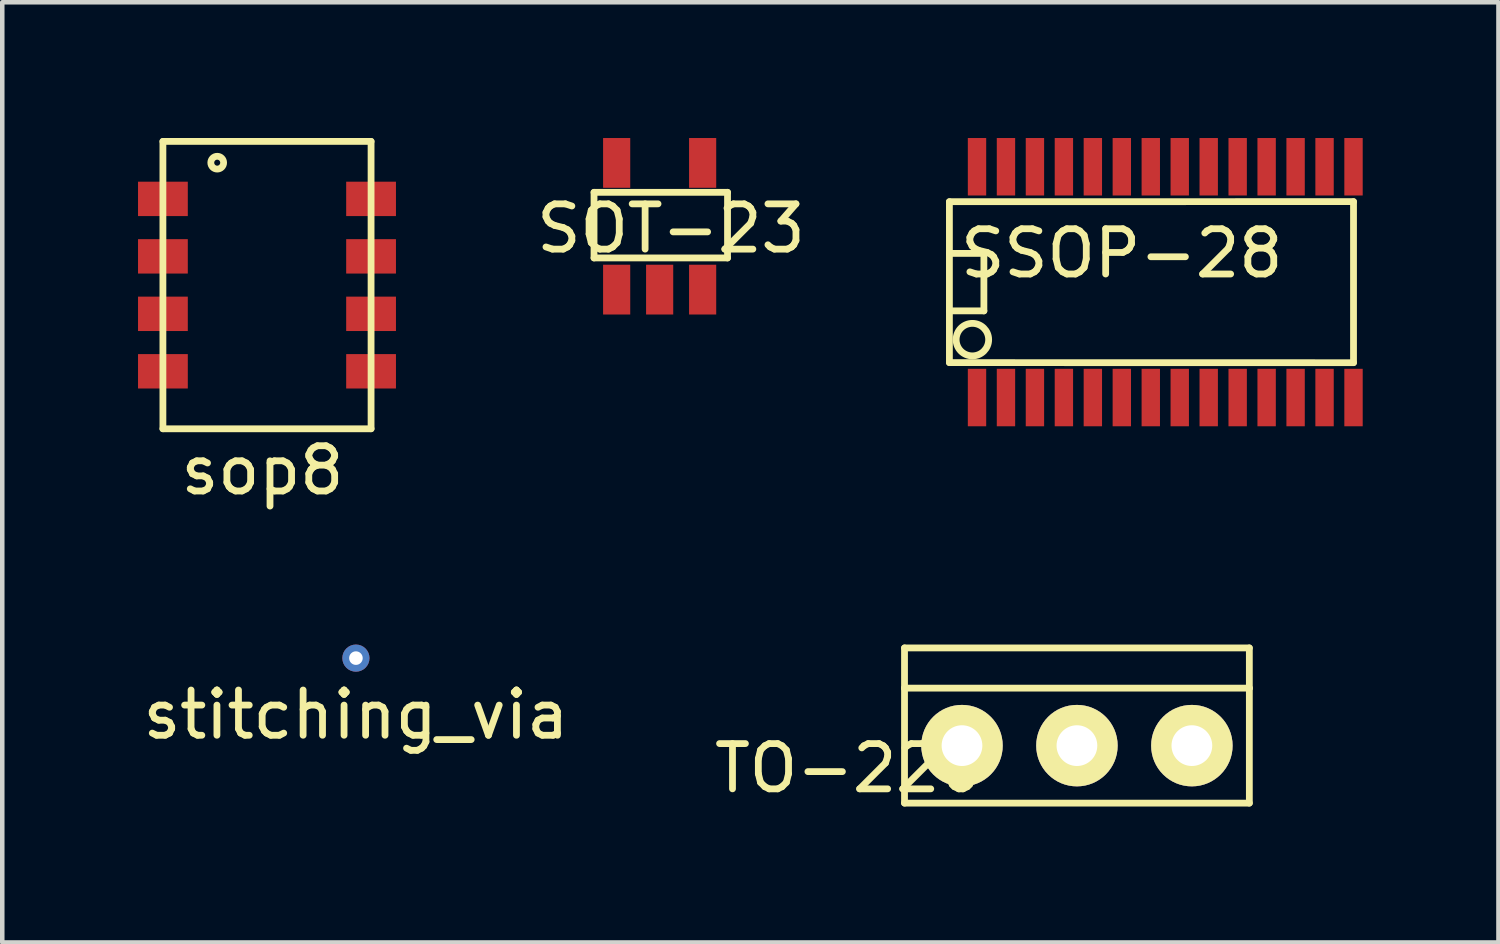
<source format=kicad_pcb>
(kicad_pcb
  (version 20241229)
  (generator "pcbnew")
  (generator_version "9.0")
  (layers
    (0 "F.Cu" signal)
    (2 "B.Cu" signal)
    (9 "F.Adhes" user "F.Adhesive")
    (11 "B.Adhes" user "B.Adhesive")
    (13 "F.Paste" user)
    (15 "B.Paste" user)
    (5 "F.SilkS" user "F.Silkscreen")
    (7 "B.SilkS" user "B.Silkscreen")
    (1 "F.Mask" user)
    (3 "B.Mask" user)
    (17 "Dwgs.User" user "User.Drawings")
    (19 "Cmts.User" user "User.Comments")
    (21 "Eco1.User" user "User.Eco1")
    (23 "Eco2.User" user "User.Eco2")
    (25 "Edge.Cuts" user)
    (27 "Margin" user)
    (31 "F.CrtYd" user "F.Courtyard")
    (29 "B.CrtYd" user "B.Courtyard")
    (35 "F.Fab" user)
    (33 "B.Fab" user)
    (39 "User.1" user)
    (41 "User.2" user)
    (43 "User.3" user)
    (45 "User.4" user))
  (footprint "TO-220"
    (layer "F.Cu")
    (at 20.748 13.427)
    (property "Reference" "TO-220" (at -5.04 0.5 0) (layer "F.SilkS") (effects (font (size 1 1) (thickness 0.15))))
    (attr through_hole)
    (fp_line (start -3.81 -2.159) (end 3.81 -2.159) (stroke (width 0.15) (type solid)) (layer "F.SilkS"))
    (fp_line (start -3.81 -1.27) (end -3.81 -2.159) (stroke (width 0.15) (type solid)) (layer "F.SilkS"))
    (fp_line (start -3.81 -1.27) (end 3.81 -1.27) (stroke (width 0.15) (type solid)) (layer "F.SilkS"))
    (fp_line (start -3.81 1.27) (end -3.81 -1.27) (stroke (width 0.15) (type solid)) (layer "F.SilkS"))
    (fp_line (start 3.81 -2.159) (end 3.81 -1.27) (stroke (width 0.15) (type solid)) (layer "F.SilkS"))
    (fp_line (start 3.81 -1.27) (end 3.81 1.27) (stroke (width 0.15) (type solid)) (layer "F.SilkS"))
    (fp_line (start 3.81 1.27) (end -3.81 1.27) (stroke (width 0.15) (type solid)) (layer "F.SilkS"))
    (pad "1" thru_hole circle (at -2.54 0) (size 1.8 1.8) (drill 0.9) (layers "*.Cu" "*.Mask" "F.SilkS"))
    (pad "2" thru_hole circle (at 0 0) (size 1.8 1.8) (drill 0.9) (layers "*.Cu" "*.Mask" "F.SilkS"))
    (pad "3" thru_hole circle (at 2.54 0) (size 1.8 1.8) (drill 0.9) (layers "*.Cu" "*.Mask" "F.SilkS")))
  (footprint "SOT-23"
    (layer "F.Cu")
    (at 10.577 0.55)
    (property "Reference" "SOT-23" (at 1.2 1.45 0) (layer "F.SilkS") (effects (font (size 1 1) (thickness 0.15))))
    (attr through_hole)
    (fp_line (start -0.5 0.65) (end 2.45 0.65) (stroke (width 0.15) (type solid)) (layer "F.SilkS"))
    (fp_line (start -0.5 2.1) (end -0.5 0.65) (stroke (width 0.15) (type solid)) (layer "F.SilkS"))
    (fp_line (start 2.45 0.65) (end 2.45 2.1) (stroke (width 0.15) (type solid)) (layer "F.SilkS"))
    (fp_line (start 2.45 2.1) (end -0.5 2.1) (stroke (width 0.15) (type solid)) (layer "F.SilkS"))
    (pad "1" smd rect (at 0 2.8) (size 0.6 1.1) (layers "F.Cu" "F.Mask" "F.Paste"))
    (pad "2" smd rect (at 0.95 2.8) (size 0.6 1.1) (layers "F.Cu" "F.Mask" "F.Paste"))
    (pad "3" smd rect (at 1.9 2.8) (size 0.6 1.1) (layers "F.Cu" "F.Mask" "F.Paste"))
    (pad "4" smd rect (at 1.9 0) (size 0.6 1.1) (layers "F.Cu" "F.Mask" "F.Paste"))
    (pad "5" smd rect (at 0 0) (size 0.6 1.1) (layers "F.Cu" "F.Mask" "F.Paste")))
  (footprint "stitching_via"
    (layer "F.Cu")
    (at 4.815 11.493)
    (property "Reference" "stitching_via" (at 0 1.25 0) (layer "F.SilkS") (effects (font (size 1 1) (thickness 0.15))))
    (attr through_hole)
    (pad "1" thru_hole circle (at 0 0 90) (size 0.6 0.6) (drill 0.3) (layers "*.Cu")))
  (footprint "sop8"
    (layer "F.Cu")
    (at 5.15 1.345)
    (property "Reference" "sop8" (at -2.4 6 0) (layer "F.SilkS") (effects (font (size 1 1) (thickness 0.15))))
    (attr through_hole)
    (fp_line (start -4.6 -1.27) (end -4.6 5.08) (stroke (width 0.15) (type solid)) (layer "F.SilkS"))
    (fp_line (start -4.6 5.08) (end 0 5.08) (stroke (width 0.15) (type solid)) (layer "F.SilkS"))
    (fp_line (start 0 -1.27) (end -4.6 -1.27) (stroke (width 0.15) (type solid)) (layer "F.SilkS"))
    (fp_line (start 0 5.08) (end 0 -1.27) (stroke (width 0.15) (type solid)) (layer "F.SilkS"))
    (fp_circle (center -3.4 -0.8) (end -3.3 -0.7) (stroke (width 0.15) (type solid)) (fill no) (layer "F.SilkS"))
    (pad "1" smd rect (at -4.6 0) (size 1.1 0.76) (layers "F.Cu" "F.Mask" "F.Paste"))
    (pad "2" smd rect (at -4.6 1.27) (size 1.1 0.76) (layers "F.Cu" "F.Mask" "F.Paste"))
    (pad "3" smd rect (at -4.6 2.54) (size 1.1 0.76) (layers "F.Cu" "F.Mask" "F.Paste"))
    (pad "4" smd rect (at -4.6 3.81) (size 1.1 0.76) (layers "F.Cu" "F.Mask" "F.Paste"))
    (pad "5" smd rect (at 0 3.81) (size 1.1 0.76) (layers "F.Cu" "F.Mask" "F.Paste"))
    (pad "6" smd rect (at 0 2.54) (size 1.1 0.76) (layers "F.Cu" "F.Mask" "F.Paste"))
    (pad "7" smd rect (at 0 1.27) (size 1.1 0.76) (layers "F.Cu" "F.Mask" "F.Paste"))
    (pad "8" smd rect (at 0 0) (size 1.1 0.76) (layers "F.Cu" "F.Mask" "F.Paste")))
  (footprint "SSOP-28"
    (layer "F.Cu")
    (at 21.74 3.185)
    (property "Reference" "SSOP-28" (at 0 -0.635 0) (layer "F.SilkS") (effects (font (size 1 1) (thickness 0.15))))
    (attr smd)
    (fp_line (start -3.81 -0.635) (end -3.048 -0.635) (stroke (width 0.15) (type solid)) (layer "F.SilkS"))
    (fp_line (start -3.81 1.778) (end -3.81 -1.778) (stroke (width 0.15) (type solid)) (layer "F.SilkS"))
    (fp_line (start -3.81 1.778) (end 5.12 1.78) (stroke (width 0.15) (type solid)) (layer "F.SilkS"))
    (fp_line (start -3.048 -0.635) (end -3.048 0.635) (stroke (width 0.15) (type solid)) (layer "F.SilkS"))
    (fp_line (start -3.048 0.635) (end -3.81 0.635) (stroke (width 0.15) (type solid)) (layer "F.SilkS"))
    (fp_line (start 5.12 -1.78) (end -3.81 -1.778) (stroke (width 0.15) (type solid)) (layer "F.SilkS"))
    (fp_line (start 5.12 -1.778) (end 5.12 1.778) (stroke (width 0.15) (type solid)) (layer "F.SilkS"))
    (fp_circle (center -3.302 1.27) (end -3.556 1.016) (stroke (width 0.15) (type solid)) (fill no) (layer "F.SilkS"))
    (pad "1" smd rect (at -3.2 2.55) (size 0.406 1.27) (layers "F.Cu" "F.Mask" "F.Paste"))
    (pad "2" smd rect (at -2.56 2.55) (size 0.406 1.27) (layers "F.Cu" "F.Mask" "F.Paste"))
    (pad "3" smd rect (at -1.92 2.55) (size 0.406 1.27) (layers "F.Cu" "F.Mask" "F.Paste"))
    (pad "4" smd rect (at -1.28 2.55) (size 0.406 1.27) (layers "F.Cu" "F.Mask" "F.Paste"))
    (pad "5" smd rect (at -0.64 2.55) (size 0.406 1.27) (layers "F.Cu" "F.Mask" "F.Paste"))
    (pad "6" smd rect (at 0 2.55) (size 0.406 1.27) (layers "F.Cu" "F.Mask" "F.Paste"))
    (pad "7" smd rect (at 0.64 2.55) (size 0.406 1.27) (layers "F.Cu" "F.Mask" "F.Paste"))
    (pad "8" smd rect (at 1.28 2.55) (size 0.406 1.27) (layers "F.Cu" "F.Mask" "F.Paste"))
    (pad "9" smd rect (at 1.92 2.55) (size 0.406 1.27) (layers "F.Cu" "F.Mask" "F.Paste"))
    (pad "10" smd rect (at 2.56 2.55) (size 0.406 1.27) (layers "F.Cu" "F.Mask" "F.Paste"))
    (pad "11" smd rect (at 3.2 2.55) (size 0.406 1.27) (layers "F.Cu" "F.Mask" "F.Paste"))
    (pad "12" smd rect (at 3.84 2.55) (size 0.406 1.27) (layers "F.Cu" "F.Mask" "F.Paste"))
    (pad "13" smd rect (at 4.48 2.55) (size 0.406 1.27) (layers "F.Cu" "F.Mask" "F.Paste"))
    (pad "14" smd rect (at 5.12 2.55) (size 0.406 1.27) (layers "F.Cu" "F.Mask" "F.Paste"))
    (pad "15" smd rect (at 5.12 -2.55) (size 0.406 1.27) (layers "F.Cu" "F.Mask" "F.Paste"))
    (pad "16" smd rect (at 4.48 -2.55) (size 0.406 1.27) (layers "F.Cu" "F.Mask" "F.Paste"))
    (pad "17" smd rect (at 3.84 -2.55) (size 0.406 1.27) (layers "F.Cu" "F.Mask" "F.Paste"))
    (pad "18" smd rect (at 3.2 -2.55) (size 0.406 1.27) (layers "F.Cu" "F.Mask" "F.Paste"))
    (pad "19" smd rect (at 2.56 -2.55) (size 0.406 1.27) (layers "F.Cu" "F.Mask" "F.Paste"))
    (pad "20" smd rect (at 1.92 -2.55) (size 0.406 1.27) (layers "F.Cu" "F.Mask" "F.Paste"))
    (pad "21" smd rect (at 1.28 -2.55) (size 0.406 1.27) (layers "F.Cu" "F.Mask" "F.Paste"))
    (pad "22" smd rect (at 0.64 -2.55) (size 0.406 1.27) (layers "F.Cu" "F.Mask" "F.Paste"))
    (pad "23" smd rect (at 0 -2.55) (size 0.406 1.27) (layers "F.Cu" "F.Mask" "F.Paste"))
    (pad "24" smd rect (at -0.64 -2.55) (size 0.406 1.27) (layers "F.Cu" "F.Mask" "F.Paste"))
    (pad "25" smd rect (at -1.28 -2.55) (size 0.406 1.27) (layers "F.Cu" "F.Mask" "F.Paste"))
    (pad "26" smd rect (at -1.92 -2.55) (size 0.406 1.27) (layers "F.Cu" "F.Mask" "F.Paste"))
    (pad "27" smd rect (at -2.56 -2.55) (size 0.406 1.27) (layers "F.Cu" "F.Mask" "F.Paste"))
    (pad "28" smd rect (at -3.2 -2.55) (size 0.406 1.27) (layers "F.Cu" "F.Mask" "F.Paste")))
  (gr_rect
    (start -3 -3)
    (end 30.063 17.776)
    (stroke (width 0.1) (type default))
    (fill no)
    (layer "Edge.Cuts")))
</source>
